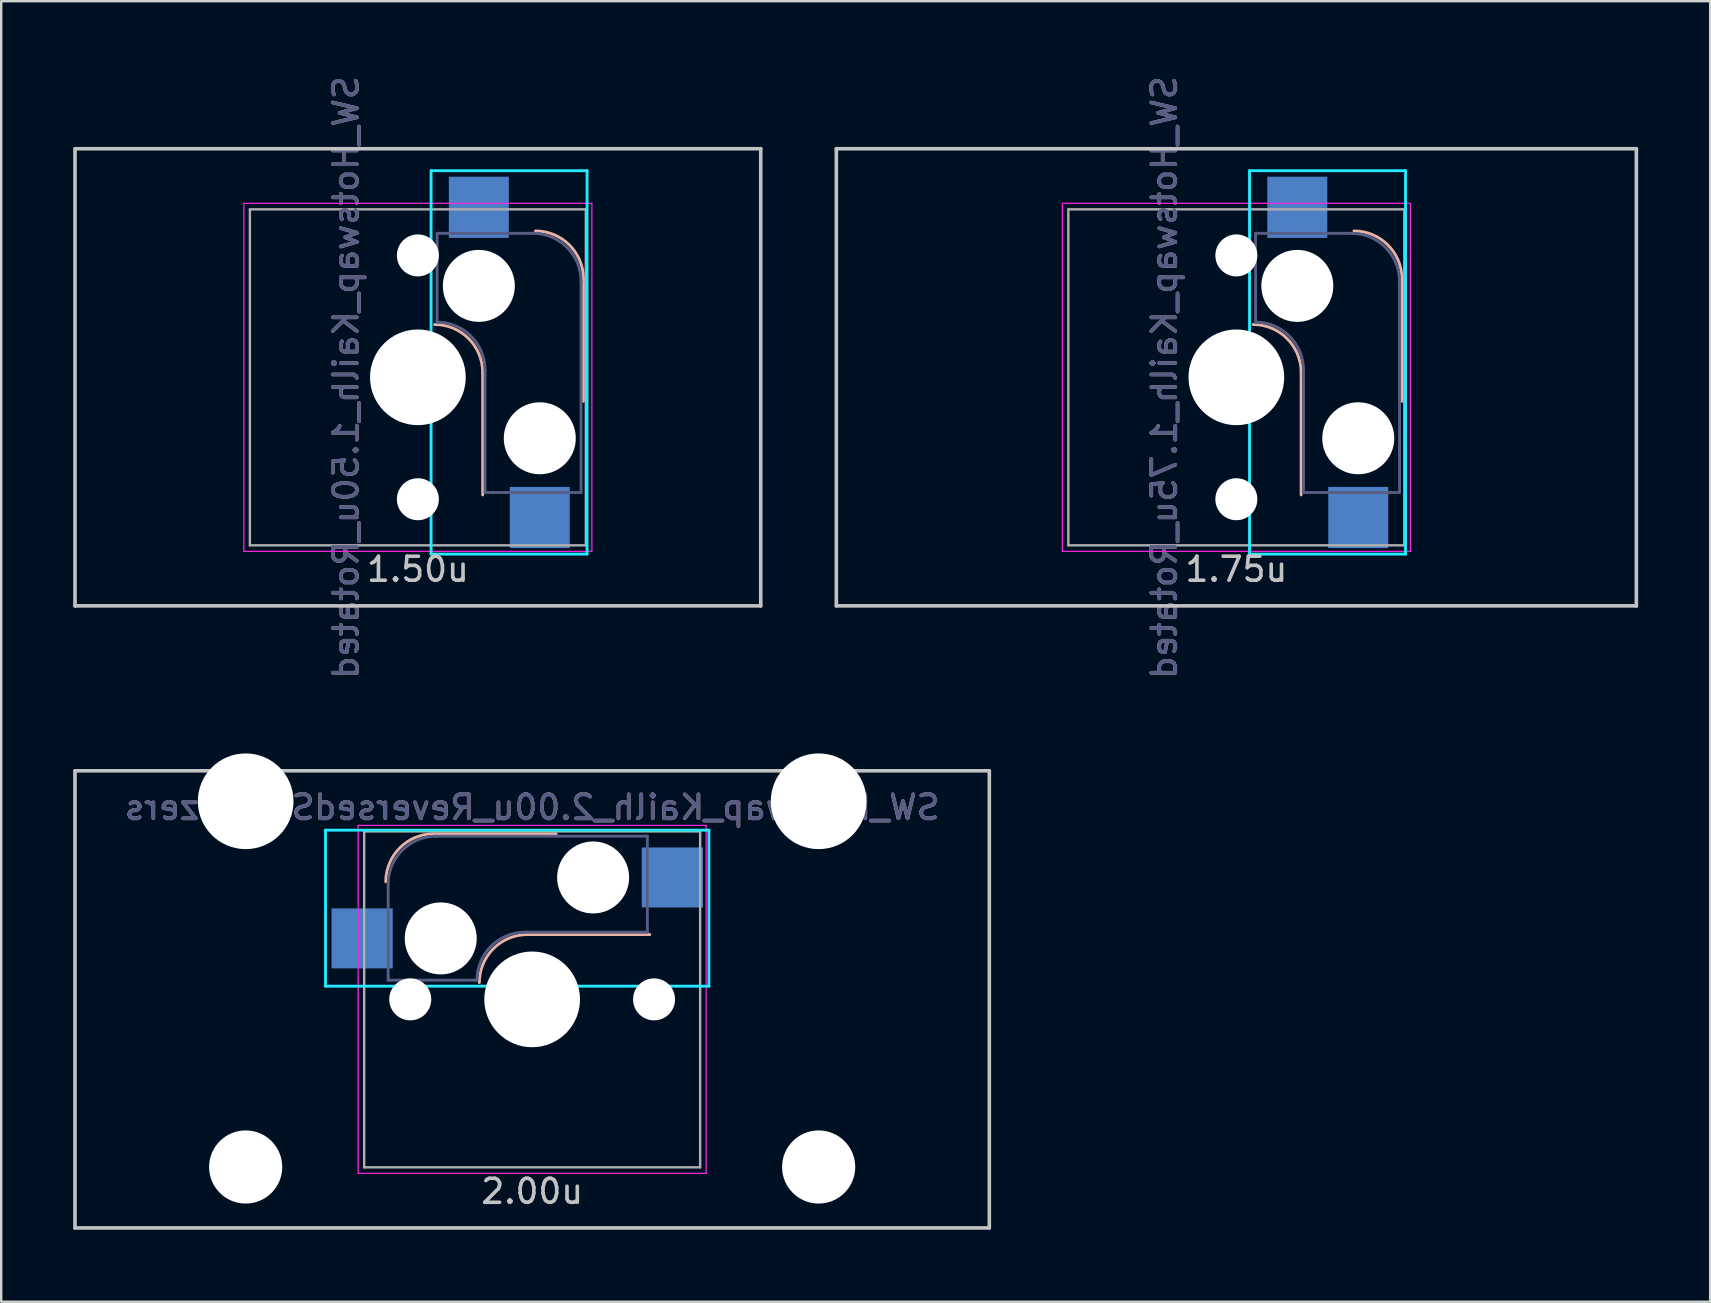
<source format=kicad_pcb>
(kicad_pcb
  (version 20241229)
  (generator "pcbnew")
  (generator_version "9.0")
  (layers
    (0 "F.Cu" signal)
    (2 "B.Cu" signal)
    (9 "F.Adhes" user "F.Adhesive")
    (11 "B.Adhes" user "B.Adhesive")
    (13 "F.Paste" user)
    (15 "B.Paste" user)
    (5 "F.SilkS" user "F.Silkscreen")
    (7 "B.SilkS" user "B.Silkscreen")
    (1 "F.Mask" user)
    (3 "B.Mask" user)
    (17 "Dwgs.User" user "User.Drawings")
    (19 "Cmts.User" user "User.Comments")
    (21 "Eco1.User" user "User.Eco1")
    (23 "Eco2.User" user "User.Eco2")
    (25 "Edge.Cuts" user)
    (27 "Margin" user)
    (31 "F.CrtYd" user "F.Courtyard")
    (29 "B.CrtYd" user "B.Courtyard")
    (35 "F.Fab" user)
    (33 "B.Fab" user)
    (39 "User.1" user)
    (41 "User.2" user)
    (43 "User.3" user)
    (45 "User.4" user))
  (footprint "SW_Hotswap_Kailh_1.50u_Rotated"
    (layer "F.Cu")
    (at 14.363 12.673)
    (property "Reference" "SW_Hotswap_Kailh_1.50u_Rotated" (at -3 0 90) (layer "B.SilkS") (effects (font (size 1 1) (thickness 0.15)) (justify mirror)))
    (attr smd)
    (fp_line (start 2.7 4.9) (end 2.7 -0.2) (stroke (width 0.12) (type solid)) (layer "B.SilkS"))
    (fp_line (start 6.9 1) (end 6.9 -4.1) (stroke (width 0.12) (type solid)) (layer "B.SilkS"))
    (fp_arc (start 0.7 -2.2) (mid 2.114214 -1.614214) (end 2.7 -0.2) (stroke (width 0.12) (type solid)) (layer "B.SilkS"))
    (fp_arc (start 4.9 -6.1) (mid 6.314214 -5.514214) (end 6.9 -4.1) (stroke (width 0.12) (type solid)) (layer "B.SilkS"))
    (fp_line (start -14.287 -9.525) (end 14.287 -9.525) (stroke (width 0.15) (type solid)) (layer "Dwgs.User"))
    (fp_line (start -14.287 9.525) (end -14.287 -9.525) (stroke (width 0.15) (type solid)) (layer "Dwgs.User"))
    (fp_line (start 14.287 -9.525) (end 14.287 9.525) (stroke (width 0.15) (type solid)) (layer "Dwgs.User"))
    (fp_line (start 14.287 9.525) (end -14.287 9.525) (stroke (width 0.15) (type solid)) (layer "Dwgs.User"))
    (fp_line (start 0.55 -8.61) (end 0.55 7.367) (stroke (width 0.12) (type solid)) (layer "B.CrtYd"))
    (fp_line (start 0.55 -8.61) (end 7.05 -8.61) (stroke (width 0.12) (type solid)) (layer "B.CrtYd"))
    (fp_line (start 7.05 -8.61) (end 7.05 7.367) (stroke (width 0.12) (type solid)) (layer "B.CrtYd"))
    (fp_line (start 7.05 7.367) (end 0.55 7.367) (stroke (width 0.12) (type solid)) (layer "B.CrtYd"))
    (fp_line (start -7.25 -7.25) (end 7.25 -7.25) (stroke (width 0.05) (type solid)) (layer "F.CrtYd"))
    (fp_line (start -7.25 7.25) (end -7.25 -7.25) (stroke (width 0.05) (type solid)) (layer "F.CrtYd"))
    (fp_line (start 7.25 -7.25) (end 7.25 7.25) (stroke (width 0.05) (type solid)) (layer "F.CrtYd"))
    (fp_line (start 7.25 7.25) (end -7.25 7.25) (stroke (width 0.05) (type solid)) (layer "F.CrtYd"))
    (fp_line (start 0.8 -6) (end 0.8 -2.3) (stroke (width 0.12) (type solid)) (layer "B.Fab"))
    (fp_line (start 0.8 -6) (end 4.8 -6) (stroke (width 0.12) (type solid)) (layer "B.Fab"))
    (fp_line (start 2.8 -0.3) (end 2.8 4.8) (stroke (width 0.12) (type solid)) (layer "B.Fab"))
    (fp_line (start 6.8 -4) (end 6.8 4.8) (stroke (width 0.12) (type solid)) (layer "B.Fab"))
    (fp_line (start 6.8 4.8) (end 2.8 4.8) (stroke (width 0.12) (type solid)) (layer "B.Fab"))
    (fp_arc (start 0.8 -2.3) (mid 2.214214 -1.714214) (end 2.8 -0.3) (stroke (width 0.12) (type solid)) (layer "B.Fab"))
    (fp_arc (start 4.8 -6) (mid 6.214214 -5.414214) (end 6.8 -4) (stroke (width 0.12) (type solid)) (layer "B.Fab"))
    (fp_line (start -7 -7) (end 7 -7) (stroke (width 0.1) (type solid)) (layer "F.Fab"))
    (fp_line (start -7 7) (end -7 -7) (stroke (width 0.1) (type solid)) (layer "F.Fab"))
    (fp_line (start 7 -7) (end 7 7) (stroke (width 0.1) (type solid)) (layer "F.Fab"))
    (fp_line (start 7 7) (end -7 7) (stroke (width 0.1) (type solid)) (layer "F.Fab"))
    (fp_text user "1.50u" (at 0 8 0) (layer "Dwgs.User") (effects (font (size 1 1) (thickness 0.15))))
    (fp_text user "${REFERENCE}" (at -3 0 90) (layer "B.Fab") (effects (font (size 1 1) (thickness 0.15)) (justify mirror)))
    (pad "" np_thru_hole circle (at 0 -5.08 318.1) (size 1.75 1.75) (drill 1.75) (layers "*.Cu" "*.Mask"))
    (pad "" np_thru_hole circle (at 0 0 270) (size 3.988 3.988) (drill 3.988) (layers "*.Cu" "*.Mask"))
    (pad "" np_thru_hole circle (at 0 5.08 318.1) (size 1.75 1.75) (drill 1.75) (layers "*.Cu" "*.Mask"))
    (pad "" np_thru_hole circle (at 2.54 -3.81 270) (size 3 3) (drill 3) (layers "*.Cu" "*.Mask"))
    (pad "" np_thru_hole circle (at 5.08 2.54 270) (size 3 3) (drill 3) (layers "*.Cu" "*.Mask"))
    (pad "1" smd rect (at 2.54 -7.085 270) (size 2.55 2.5) (layers "B.Cu" "B.Mask" "B.Paste"))
    (pad "2" smd rect (at 5.08 5.842 270) (size 2.55 2.5) (layers "B.Cu" "B.Mask" "B.Paste")))
  (footprint "SW_Hotswap_Kailh_2.00u_ReversedStabilizers"
    (layer "F.Cu")
    (at 19.125 38.594)
    (property "Reference" "SW_Hotswap_Kailh_2.00u_ReversedStabilizers" (at 0 -8 0) (layer "B.SilkS") (effects (font (size 1 1) (thickness 0.15)) (justify mirror)))
    (attr smd)
    (fp_line (start 1 -6.9) (end -4.1 -6.9) (stroke (width 0.12) (type solid)) (layer "B.SilkS"))
    (fp_line (start 4.9 -2.7) (end -0.2 -2.7) (stroke (width 0.12) (type solid)) (layer "B.SilkS"))
    (fp_arc (start -6.1 -4.9) (mid -5.514214 -6.314214) (end -4.1 -6.9) (stroke (width 0.12) (type solid)) (layer "B.SilkS"))
    (fp_arc (start -2.2 -0.7) (mid -1.614214 -2.114214) (end -0.2 -2.7) (stroke (width 0.12) (type solid)) (layer "B.SilkS"))
    (fp_line (start -19.05 -9.525) (end 19.05 -9.525) (stroke (width 0.15) (type solid)) (layer "Dwgs.User"))
    (fp_line (start -19.05 9.525) (end -19.05 -9.525) (stroke (width 0.15) (type solid)) (layer "Dwgs.User"))
    (fp_line (start 19.05 -9.525) (end 19.05 9.525) (stroke (width 0.15) (type solid)) (layer "Dwgs.User"))
    (fp_line (start 19.05 9.525) (end -19.05 9.525) (stroke (width 0.15) (type solid)) (layer "Dwgs.User"))
    (fp_line (start -8.61 -7.05) (end 7.367 -7.05) (stroke (width 0.12) (type solid)) (layer "B.CrtYd"))
    (fp_line (start -8.61 -0.55) (end -8.61 -7.05) (stroke (width 0.12) (type solid)) (layer "B.CrtYd"))
    (fp_line (start -8.61 -0.55) (end 7.367 -0.55) (stroke (width 0.12) (type solid)) (layer "B.CrtYd"))
    (fp_line (start 7.367 -7.05) (end 7.367 -0.55) (stroke (width 0.12) (type solid)) (layer "B.CrtYd"))
    (fp_line (start -7.25 -7.25) (end 7.25 -7.25) (stroke (width 0.05) (type solid)) (layer "F.CrtYd"))
    (fp_line (start -7.25 7.25) (end -7.25 -7.25) (stroke (width 0.05) (type solid)) (layer "F.CrtYd"))
    (fp_line (start 7.25 -7.25) (end 7.25 7.25) (stroke (width 0.05) (type solid)) (layer "F.CrtYd"))
    (fp_line (start 7.25 7.25) (end -7.25 7.25) (stroke (width 0.05) (type solid)) (layer "F.CrtYd"))
    (fp_line (start -6 -0.8) (end -6 -4.8) (stroke (width 0.12) (type solid)) (layer "B.Fab"))
    (fp_line (start -6 -0.8) (end -2.3 -0.8) (stroke (width 0.12) (type solid)) (layer "B.Fab"))
    (fp_line (start -4 -6.8) (end 4.8 -6.8) (stroke (width 0.12) (type solid)) (layer "B.Fab"))
    (fp_line (start -0.3 -2.8) (end 4.8 -2.8) (stroke (width 0.12) (type solid)) (layer "B.Fab"))
    (fp_line (start 4.8 -6.8) (end 4.8 -2.8) (stroke (width 0.12) (type solid)) (layer "B.Fab"))
    (fp_arc (start -6 -4.8) (mid -5.414214 -6.214214) (end -4 -6.8) (stroke (width 0.12) (type solid)) (layer "B.Fab"))
    (fp_arc (start -2.3 -0.8) (mid -1.714214 -2.214214) (end -0.3 -2.8) (stroke (width 0.12) (type solid)) (layer "B.Fab"))
    (fp_line (start -7 -7) (end 7 -7) (stroke (width 0.1) (type solid)) (layer "F.Fab"))
    (fp_line (start -7 7) (end -7 -7) (stroke (width 0.1) (type solid)) (layer "F.Fab"))
    (fp_line (start 7 -7) (end 7 7) (stroke (width 0.1) (type solid)) (layer "F.Fab"))
    (fp_line (start 7 7) (end -7 7) (stroke (width 0.1) (type solid)) (layer "F.Fab"))
    (fp_text user "2.00u" (at 0 8 0) (layer "Dwgs.User") (effects (font (size 1 1) (thickness 0.15))))
    (fp_text user "${REFERENCE}" (at 0 -8 0) (layer "B.Fab") (effects (font (size 1 1) (thickness 0.15)) (justify mirror)))
    (pad "" np_thru_hole circle (at -11.938 -8.255) (size 3.988 3.988) (drill 3.988) (layers "*.Cu" "*.Mask"))
    (pad "" np_thru_hole circle (at -11.938 6.985) (size 3.048 3.048) (drill 3.048) (layers "*.Cu" "*.Mask"))
    (pad "" np_thru_hole circle (at -5.08 0 48.1) (size 1.75 1.75) (drill 1.75) (layers "*.Cu" "*.Mask"))
    (pad "" np_thru_hole circle (at -3.81 -2.54) (size 3 3) (drill 3) (layers "*.Cu" "*.Mask"))
    (pad "" np_thru_hole circle (at 0 0) (size 3.988 3.988) (drill 3.988) (layers "*.Cu" "*.Mask"))
    (pad "" np_thru_hole circle (at 2.54 -5.08) (size 3 3) (drill 3) (layers "*.Cu" "*.Mask"))
    (pad "" np_thru_hole circle (at 5.08 0 48.1) (size 1.75 1.75) (drill 1.75) (layers "*.Cu" "*.Mask"))
    (pad "" np_thru_hole circle (at 11.938 -8.255) (size 3.988 3.988) (drill 3.988) (layers "*.Cu" "*.Mask"))
    (pad "" np_thru_hole circle (at 11.938 6.985) (size 3.048 3.048) (drill 3.048) (layers "*.Cu" "*.Mask"))
    (pad "1" smd rect (at -7.085 -2.54) (size 2.55 2.5) (layers "B.Cu" "B.Mask" "B.Paste"))
    (pad "2" smd rect (at 5.842 -5.08) (size 2.55 2.5) (layers "B.Cu" "B.Mask" "B.Paste")))
  (footprint "SW_Hotswap_Kailh_1.75u_Rotated"
    (layer "F.Cu")
    (at 48.469 12.673)
    (property "Reference" "SW_Hotswap_Kailh_1.75u_Rotated" (at -3 0 90) (layer "B.SilkS") (effects (font (size 1 1) (thickness 0.15)) (justify mirror)))
    (attr smd)
    (fp_line (start 2.7 4.9) (end 2.7 -0.2) (stroke (width 0.12) (type solid)) (layer "B.SilkS"))
    (fp_line (start 6.9 1) (end 6.9 -4.1) (stroke (width 0.12) (type solid)) (layer "B.SilkS"))
    (fp_arc (start 0.7 -2.2) (mid 2.114214 -1.614214) (end 2.7 -0.2) (stroke (width 0.12) (type solid)) (layer "B.SilkS"))
    (fp_arc (start 4.9 -6.1) (mid 6.314214 -5.514214) (end 6.9 -4.1) (stroke (width 0.12) (type solid)) (layer "B.SilkS"))
    (fp_line (start -16.669 -9.525) (end 16.669 -9.525) (stroke (width 0.15) (type solid)) (layer "Dwgs.User"))
    (fp_line (start -16.669 9.525) (end -16.669 -9.525) (stroke (width 0.15) (type solid)) (layer "Dwgs.User"))
    (fp_line (start 16.669 -9.525) (end 16.669 9.525) (stroke (width 0.15) (type solid)) (layer "Dwgs.User"))
    (fp_line (start 16.669 9.525) (end -16.669 9.525) (stroke (width 0.15) (type solid)) (layer "Dwgs.User"))
    (fp_line (start 0.55 -8.61) (end 0.55 7.367) (stroke (width 0.12) (type solid)) (layer "B.CrtYd"))
    (fp_line (start 0.55 -8.61) (end 7.05 -8.61) (stroke (width 0.12) (type solid)) (layer "B.CrtYd"))
    (fp_line (start 7.05 -8.61) (end 7.05 7.367) (stroke (width 0.12) (type solid)) (layer "B.CrtYd"))
    (fp_line (start 7.05 7.367) (end 0.55 7.367) (stroke (width 0.12) (type solid)) (layer "B.CrtYd"))
    (fp_line (start -7.25 -7.25) (end 7.25 -7.25) (stroke (width 0.05) (type solid)) (layer "F.CrtYd"))
    (fp_line (start -7.25 7.25) (end -7.25 -7.25) (stroke (width 0.05) (type solid)) (layer "F.CrtYd"))
    (fp_line (start 7.25 -7.25) (end 7.25 7.25) (stroke (width 0.05) (type solid)) (layer "F.CrtYd"))
    (fp_line (start 7.25 7.25) (end -7.25 7.25) (stroke (width 0.05) (type solid)) (layer "F.CrtYd"))
    (fp_line (start 0.8 -6) (end 0.8 -2.3) (stroke (width 0.12) (type solid)) (layer "B.Fab"))
    (fp_line (start 0.8 -6) (end 4.8 -6) (stroke (width 0.12) (type solid)) (layer "B.Fab"))
    (fp_line (start 2.8 -0.3) (end 2.8 4.8) (stroke (width 0.12) (type solid)) (layer "B.Fab"))
    (fp_line (start 6.8 -4) (end 6.8 4.8) (stroke (width 0.12) (type solid)) (layer "B.Fab"))
    (fp_line (start 6.8 4.8) (end 2.8 4.8) (stroke (width 0.12) (type solid)) (layer "B.Fab"))
    (fp_arc (start 0.8 -2.3) (mid 2.214214 -1.714214) (end 2.8 -0.3) (stroke (width 0.12) (type solid)) (layer "B.Fab"))
    (fp_arc (start 4.8 -6) (mid 6.214214 -5.414214) (end 6.8 -4) (stroke (width 0.12) (type solid)) (layer "B.Fab"))
    (fp_line (start -7 -7) (end 7 -7) (stroke (width 0.1) (type solid)) (layer "F.Fab"))
    (fp_line (start -7 7) (end -7 -7) (stroke (width 0.1) (type solid)) (layer "F.Fab"))
    (fp_line (start 7 -7) (end 7 7) (stroke (width 0.1) (type solid)) (layer "F.Fab"))
    (fp_line (start 7 7) (end -7 7) (stroke (width 0.1) (type solid)) (layer "F.Fab"))
    (fp_text user "1.75u" (at 0 8 0) (layer "Dwgs.User") (effects (font (size 1 1) (thickness 0.15))))
    (fp_text user "${REFERENCE}" (at -3 0 90) (layer "B.Fab") (effects (font (size 1 1) (thickness 0.15)) (justify mirror)))
    (pad "" np_thru_hole circle (at 0 -5.08 318.1) (size 1.75 1.75) (drill 1.75) (layers "*.Cu" "*.Mask"))
    (pad "" np_thru_hole circle (at 0 0 270) (size 3.988 3.988) (drill 3.988) (layers "*.Cu" "*.Mask"))
    (pad "" np_thru_hole circle (at 0 5.08 318.1) (size 1.75 1.75) (drill 1.75) (layers "*.Cu" "*.Mask"))
    (pad "" np_thru_hole circle (at 2.54 -3.81 270) (size 3 3) (drill 3) (layers "*.Cu" "*.Mask"))
    (pad "" np_thru_hole circle (at 5.08 2.54 270) (size 3 3) (drill 3) (layers "*.Cu" "*.Mask"))
    (pad "1" smd rect (at 2.54 -7.085 270) (size 2.55 2.5) (layers "B.Cu" "B.Mask" "B.Paste"))
    (pad "2" smd rect (at 5.08 5.842 270) (size 2.55 2.5) (layers "B.Cu" "B.Mask" "B.Paste")))
  (gr_rect
    (start -3 -3)
    (end 68.213 51.194)
    (stroke (width 0.1) (type default))
    (fill no)
    (layer "Edge.Cuts")))
</source>
